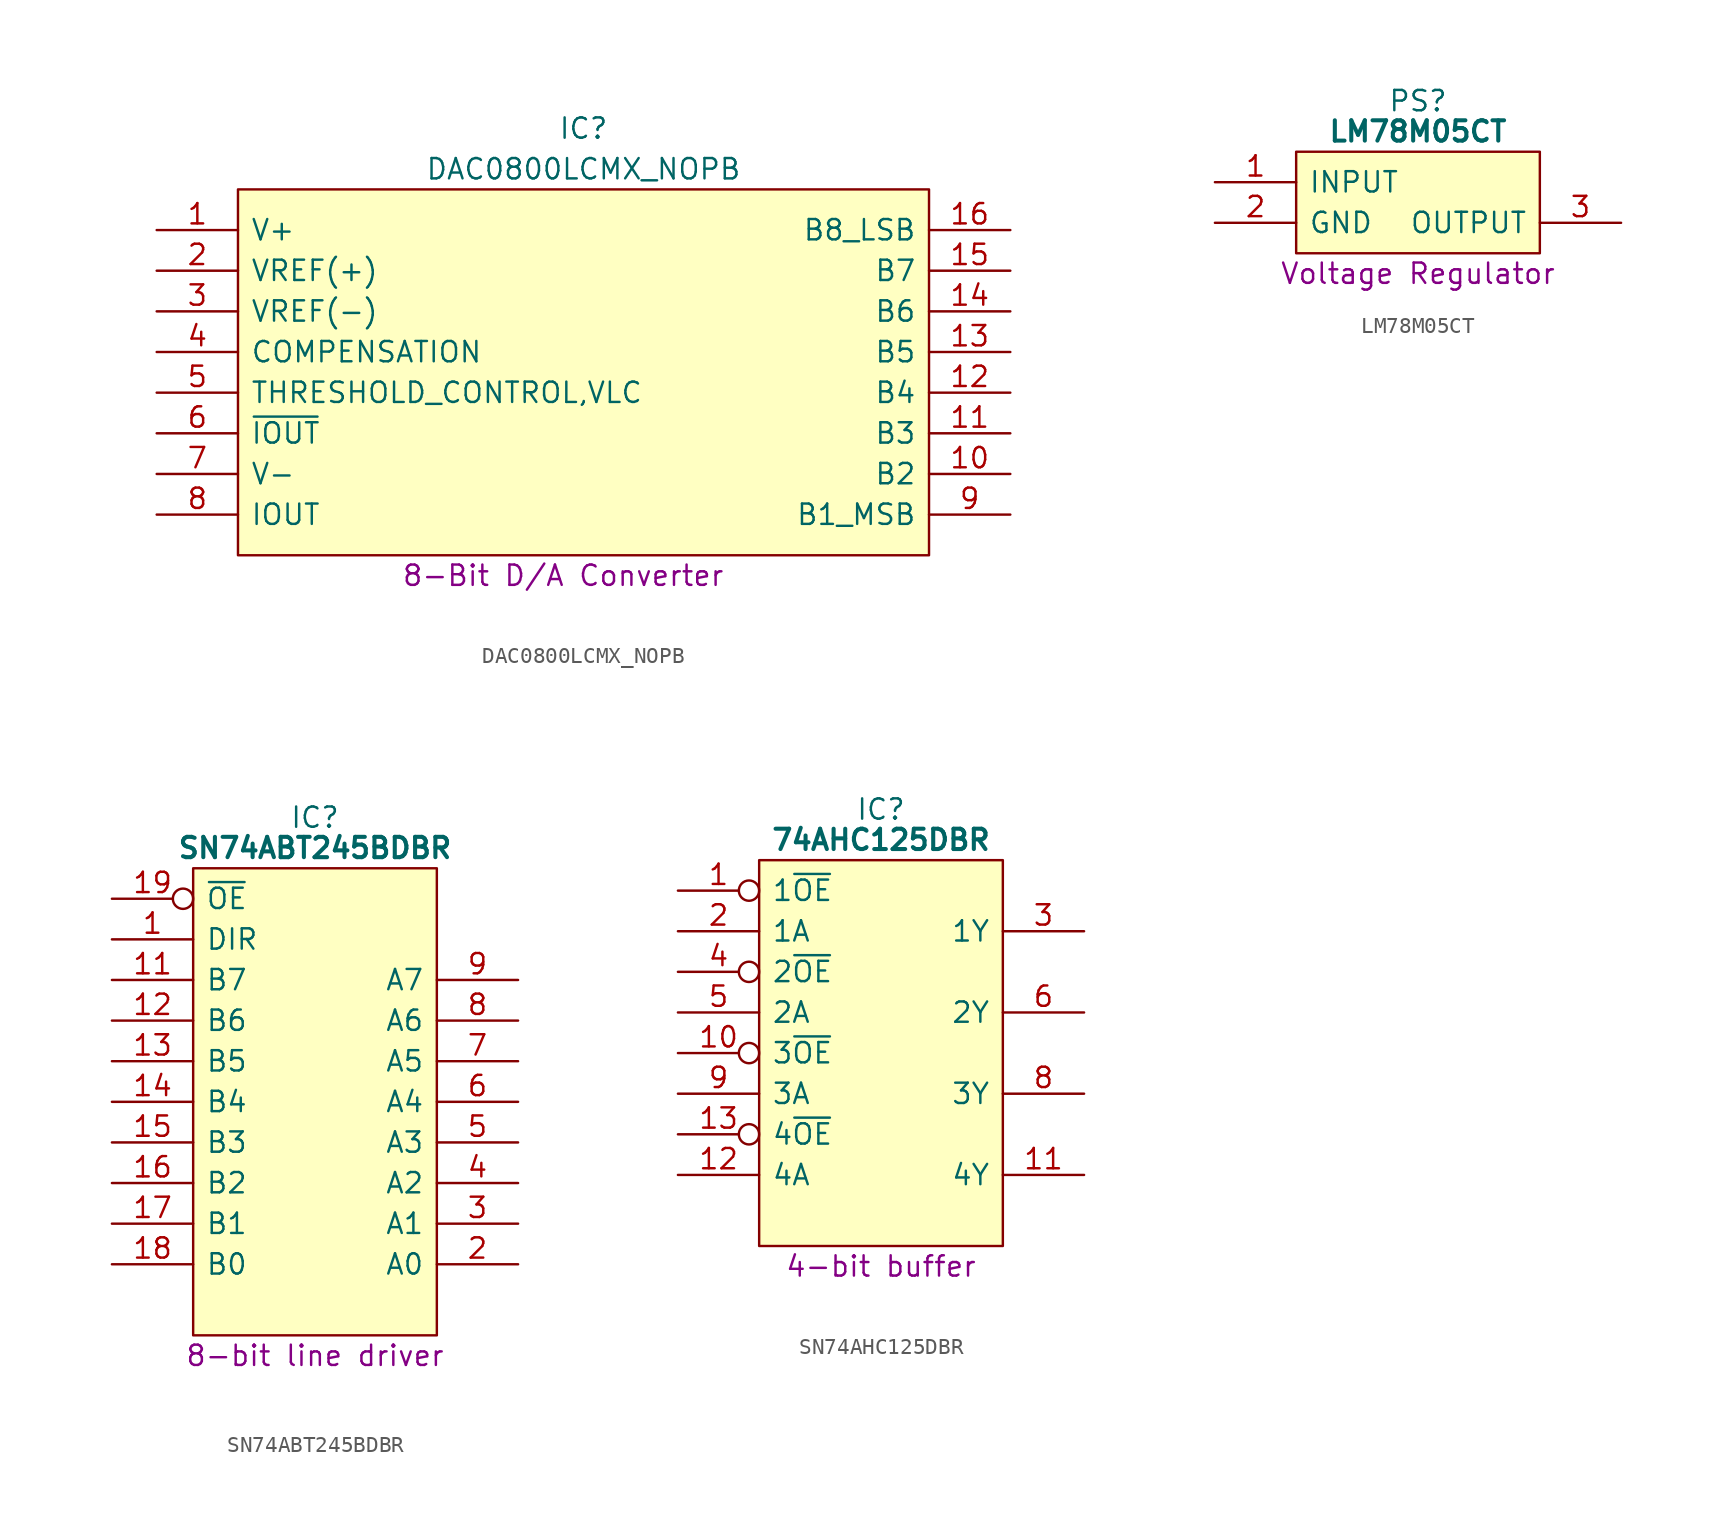
<source format=kicad_sym>
(kicad_symbol_lib
  (version 20241209)
  (generator "kicad_symbol_editor")
  (generator_version "9.0")
  (symbol "DAC0800LCMX_NOPB"
    (pin_names
      (offset 0.762))
    (property "Reference" "IC"
      (at 26.67 6.35 0)
      (effects (font (size 1.27 1.27))))
    (property "Value" "DAC0800LCMX_NOPB"
      (at 26.67 3.81 0)
      (effects (font (size 1.27 1.27))))
    (property "Description" "8-Bit D/A Converter"
      (at 25.4 -21.59 0)
      (effects (font (size 1.27 1.27))))
    (symbol "DAC0800LCMX_NOPB_0_0"
      (pin passive line (at 0 0 0) (length 5.08) (name "V+" (effects (font (size 1.27 1.27)))) (number "1" (effects (font (size 1.27 1.27)))))
      (pin passive line (at 0 -2.54 0) (length 5.08) (name "VREF(+)" (effects (font (size 1.27 1.27)))) (number "2" (effects (font (size 1.27 1.27)))))
      (pin passive line (at 0 -5.08 0) (length 5.08) (name "VREF(-)" (effects (font (size 1.27 1.27)))) (number "3" (effects (font (size 1.27 1.27)))))
      (pin passive line (at 0 -7.62 0) (length 5.08) (name "COMPENSATION" (effects (font (size 1.27 1.27)))) (number "4" (effects (font (size 1.27 1.27)))))
      (pin passive line (at 0 -10.16 0) (length 5.08) (name "THRESHOLD_CONTROL,VLC" (effects (font (size 1.27 1.27)))) (number "5" (effects (font (size 1.27 1.27)))))
      (pin passive line (at 0 -12.7 0) (length 5.08) (name "~{IOUT}" (effects (font (size 1.27 1.27)))) (number "6" (effects (font (size 1.27 1.27)))))
      (pin passive line (at 0 -15.24 0) (length 5.08) (name "V-" (effects (font (size 1.27 1.27)))) (number "7" (effects (font (size 1.27 1.27)))))
      (pin passive line (at 0 -17.78 0) (length 5.08) (name "IOUT" (effects (font (size 1.27 1.27)))) (number "8" (effects (font (size 1.27 1.27)))))
      (pin passive line (at 53.34 0 180) (length 5.08) (name "B8_LSB" (effects (font (size 1.27 1.27)))) (number "16" (effects (font (size 1.27 1.27)))))
      (pin passive line (at 53.34 -2.54 180) (length 5.08) (name "B7" (effects (font (size 1.27 1.27)))) (number "15" (effects (font (size 1.27 1.27)))))
      (pin passive line (at 53.34 -5.08 180) (length 5.08) (name "B6" (effects (font (size 1.27 1.27)))) (number "14" (effects (font (size 1.27 1.27)))))
      (pin passive line (at 53.34 -7.62 180) (length 5.08) (name "B5" (effects (font (size 1.27 1.27)))) (number "13" (effects (font (size 1.27 1.27)))))
      (pin passive line (at 53.34 -10.16 180) (length 5.08) (name "B4" (effects (font (size 1.27 1.27)))) (number "12" (effects (font (size 1.27 1.27)))))
      (pin passive line (at 53.34 -12.7 180) (length 5.08) (name "B3" (effects (font (size 1.27 1.27)))) (number "11" (effects (font (size 1.27 1.27)))))
      (pin passive line (at 53.34 -15.24 180) (length 5.08) (name "B2" (effects (font (size 1.27 1.27)))) (number "10" (effects (font (size 1.27 1.27)))))
      (pin passive line (at 53.34 -17.78 180) (length 5.08) (name "B1_MSB" (effects (font (size 1.27 1.27)))) (number "9" (effects (font (size 1.27 1.27))))))
    (symbol "DAC0800LCMX_NOPB_0_1"
      (polyline (pts (xy 5.08 2.54) (xy 48.26 2.54) (xy 48.26 -20.32) (xy 5.08 -20.32) (xy 5.08 2.54)) (stroke (width 0.152) (type default)) (fill (type background)))))
  (symbol "LM78M05CT"
    (pin_names
      (offset 0.762))
    (property "Reference" "PS"
      (at 12.7 5.08 0)
      (effects (font (size 1.27 1.27))))
    (property "Value" "LM78M05CT"
      (at 12.7 3.175 0)
      (effects (font (size 1.27 1.27) (bold yes))))
    (property "Description" "Voltage Regulator"
      (at 12.7 -5.715 0)
      (effects (font (size 1.27 1.27))))
    (symbol "LM78M05CT_0_0"
      (pin passive line (at 0 0 0) (length 5.08) (name "INPUT" (effects (font (size 1.27 1.27)))) (number "1" (effects (font (size 1.27 1.27)))))
      (pin passive line (at 0 -2.54 0) (length 5.08) (name "GND" (effects (font (size 1.27 1.27)))) (number "2" (effects (font (size 1.27 1.27)))))
      (pin passive line (at 25.4 -2.54 180) (length 5.08) (name "OUTPUT" (effects (font (size 1.27 1.27)))) (number "3" (effects (font (size 1.27 1.27))))))
    (symbol "LM78M05CT_0_1"
      (polyline (pts (xy 5.08 1.905) (xy 20.32 1.905) (xy 20.32 -4.445) (xy 5.08 -4.445) (xy 5.08 1.905)) (stroke (width 0.152) (type default)) (fill (type background)))))
  (symbol "SN74ABT245BDBR"
    (pin_names
      (offset 0.762))
    (property "Reference" "IC"
      (at 12.7 5.08 0)
      (effects (font (size 1.27 1.27))))
    (property "Value" "SN74ABT245BDBR"
      (at 12.7 3.175 0)
      (effects (font (size 1.27 1.27) (bold yes))))
    (property "Description" "8-bit line driver"
      (at 12.7 -28.575 0)
      (effects (font (size 1.27 1.27))))
    (symbol "SN74ABT245BDBR_0_0"
      (pin input inverted (at 0 0 0) (length 5.08) (name "~{OE}" (effects (font (size 1.27 1.27)))) (number "19" (effects (font (size 1.27 1.27)))))
      (pin input line (at 0 -2.54 0) (length 5.08) (name "DIR" (effects (font (size 1.27 1.27)))) (number "1" (effects (font (size 1.27 1.27)))))
      (pin tri_state line (at 0 -5.08 0) (length 5.08) (name "B7" (effects (font (size 1.27 1.27)))) (number "11" (effects (font (size 1.27 1.27)))))
      (pin tri_state line (at 0 -7.62 0) (length 5.08) (name "B6" (effects (font (size 1.27 1.27)))) (number "12" (effects (font (size 1.27 1.27)))))
      (pin tri_state line (at 0 -10.16 0) (length 5.08) (name "B5" (effects (font (size 1.27 1.27)))) (number "13" (effects (font (size 1.27 1.27)))))
      (pin tri_state line (at 0 -12.7 0) (length 5.08) (name "B4" (effects (font (size 1.27 1.27)))) (number "14" (effects (font (size 1.27 1.27)))))
      (pin tri_state line (at 0 -15.24 0) (length 5.08) (name "B3" (effects (font (size 1.27 1.27)))) (number "15" (effects (font (size 1.27 1.27)))))
      (pin tri_state line (at 0 -17.78 0) (length 5.08) (name "B2" (effects (font (size 1.27 1.27)))) (number "16" (effects (font (size 1.27 1.27)))))
      (pin tri_state line (at 0 -20.32 0) (length 5.08) (name "B1" (effects (font (size 1.27 1.27)))) (number "17" (effects (font (size 1.27 1.27)))))
      (pin tri_state line (at 0 -22.86 0) (length 5.08) (name "B0" (effects (font (size 1.27 1.27)))) (number "18" (effects (font (size 1.27 1.27)))))
      (pin passive line (at 0 -25.4 0) (length 5.08) (hide yes) (name "GND" (effects (font (size 1.27 1.27)))) (number "10" (effects (font (size 1.27 1.27)))))
      (pin passive line (at 25.4 0 180) (length 5.08) (hide yes) (name "5V" (effects (font (size 1.27 1.27)))) (number "20" (effects (font (size 1.27 1.27)))))
      (pin tri_state line (at 25.4 -5.08 180) (length 5.08) (name "A7" (effects (font (size 1.27 1.27)))) (number "9" (effects (font (size 1.27 1.27)))))
      (pin tri_state line (at 25.4 -7.62 180) (length 5.08) (name "A6" (effects (font (size 1.27 1.27)))) (number "8" (effects (font (size 1.27 1.27)))))
      (pin tri_state line (at 25.4 -10.16 180) (length 5.08) (name "A5" (effects (font (size 1.27 1.27)))) (number "7" (effects (font (size 1.27 1.27)))))
      (pin tri_state line (at 25.4 -12.7 180) (length 5.08) (name "A4" (effects (font (size 1.27 1.27)))) (number "6" (effects (font (size 1.27 1.27)))))
      (pin tri_state line (at 25.4 -15.24 180) (length 5.08) (name "A3" (effects (font (size 1.27 1.27)))) (number "5" (effects (font (size 1.27 1.27)))))
      (pin tri_state line (at 25.4 -17.78 180) (length 5.08) (name "A2" (effects (font (size 1.27 1.27)))) (number "4" (effects (font (size 1.27 1.27)))))
      (pin tri_state line (at 25.4 -20.32 180) (length 5.08) (name "A1" (effects (font (size 1.27 1.27)))) (number "3" (effects (font (size 1.27 1.27)))))
      (pin tri_state line (at 25.4 -22.86 180) (length 5.08) (name "A0" (effects (font (size 1.27 1.27)))) (number "2" (effects (font (size 1.27 1.27))))))
    (symbol "SN74ABT245BDBR_0_1"
      (polyline (pts (xy 5.08 1.905) (xy 20.32 1.905) (xy 20.32 -27.305) (xy 5.08 -27.305) (xy 5.08 1.905)) (stroke (width 0.152) (type default)) (fill (type background)))))
  (symbol "SN74AHC125DBR"
    (pin_names
      (offset 0.762))
    (property "Reference" "IC"
      (at 12.7 5.08 0)
      (effects (font (size 1.27 1.27))))
    (property "Value" "74AHC125DBR"
      (at 12.7 3.175 0)
      (effects (font (size 1.27 1.27) (bold yes))))
    (property "Description" "4-bit buffer"
      (at 12.7 -23.495 0)
      (effects (font (size 1.27 1.27))))
    (symbol "SN74AHC125DBR_0_0"
      (pin input inverted (at 0 0 0) (length 5.08) (name "1~{OE}" (effects (font (size 1.27 1.27)))) (number "1" (effects (font (size 1.27 1.27)))))
      (pin input line (at 0 -2.54 0) (length 5.08) (name "1A" (effects (font (size 1.27 1.27)))) (number "2" (effects (font (size 1.27 1.27)))))
      (pin input inverted (at 0 -5.08 0) (length 5.08) (name "2~{OE}" (effects (font (size 1.27 1.27)))) (number "4" (effects (font (size 1.27 1.27)))))
      (pin input line (at 0 -7.62 0) (length 5.08) (name "2A" (effects (font (size 1.27 1.27)))) (number "5" (effects (font (size 1.27 1.27)))))
      (pin input inverted (at 0 -10.16 0) (length 5.08) (name "3~{OE}" (effects (font (size 1.27 1.27)))) (number "10" (effects (font (size 1.27 1.27)))))
      (pin input line (at 0 -12.7 0) (length 5.08) (name "3A" (effects (font (size 1.27 1.27)))) (number "9" (effects (font (size 1.27 1.27)))))
      (pin input inverted (at 0 -15.24 0) (length 5.08) (name "4~{OE}" (effects (font (size 1.27 1.27)))) (number "13" (effects (font (size 1.27 1.27)))))
      (pin input line (at 0 -17.78 0) (length 5.08) (name "4A" (effects (font (size 1.27 1.27)))) (number "12" (effects (font (size 1.27 1.27)))))
      (pin passive line (at 0 -20.32 0) (length 5.08) (hide yes) (name "GND" (effects (font (size 1.27 1.27)))) (number "7" (effects (font (size 1.27 1.27)))))
      (pin passive line (at 25.4 0 180) (length 5.08) (hide yes) (name "VCC" (effects (font (size 1.27 1.27)))) (number "14" (effects (font (size 1.27 1.27)))))
      (pin output line (at 25.4 -2.54 180) (length 5.08) (name "1Y" (effects (font (size 1.27 1.27)))) (number "3" (effects (font (size 1.27 1.27)))))
      (pin output line (at 25.4 -7.62 180) (length 5.08) (name "2Y" (effects (font (size 1.27 1.27)))) (number "6" (effects (font (size 1.27 1.27)))))
      (pin output line (at 25.4 -12.7 180) (length 5.08) (name "3Y" (effects (font (size 1.27 1.27)))) (number "8" (effects (font (size 1.27 1.27)))))
      (pin output line (at 25.4 -17.78 180) (length 5.08) (name "4Y" (effects (font (size 1.27 1.27)))) (number "11" (effects (font (size 1.27 1.27))))))
    (symbol "SN74AHC125DBR_0_1"
      (polyline (pts (xy 5.08 1.905) (xy 20.32 1.905) (xy 20.32 -22.225) (xy 5.08 -22.225) (xy 5.08 1.905)) (stroke (width 0.152) (type default)) (fill (type background))))))
</source>
